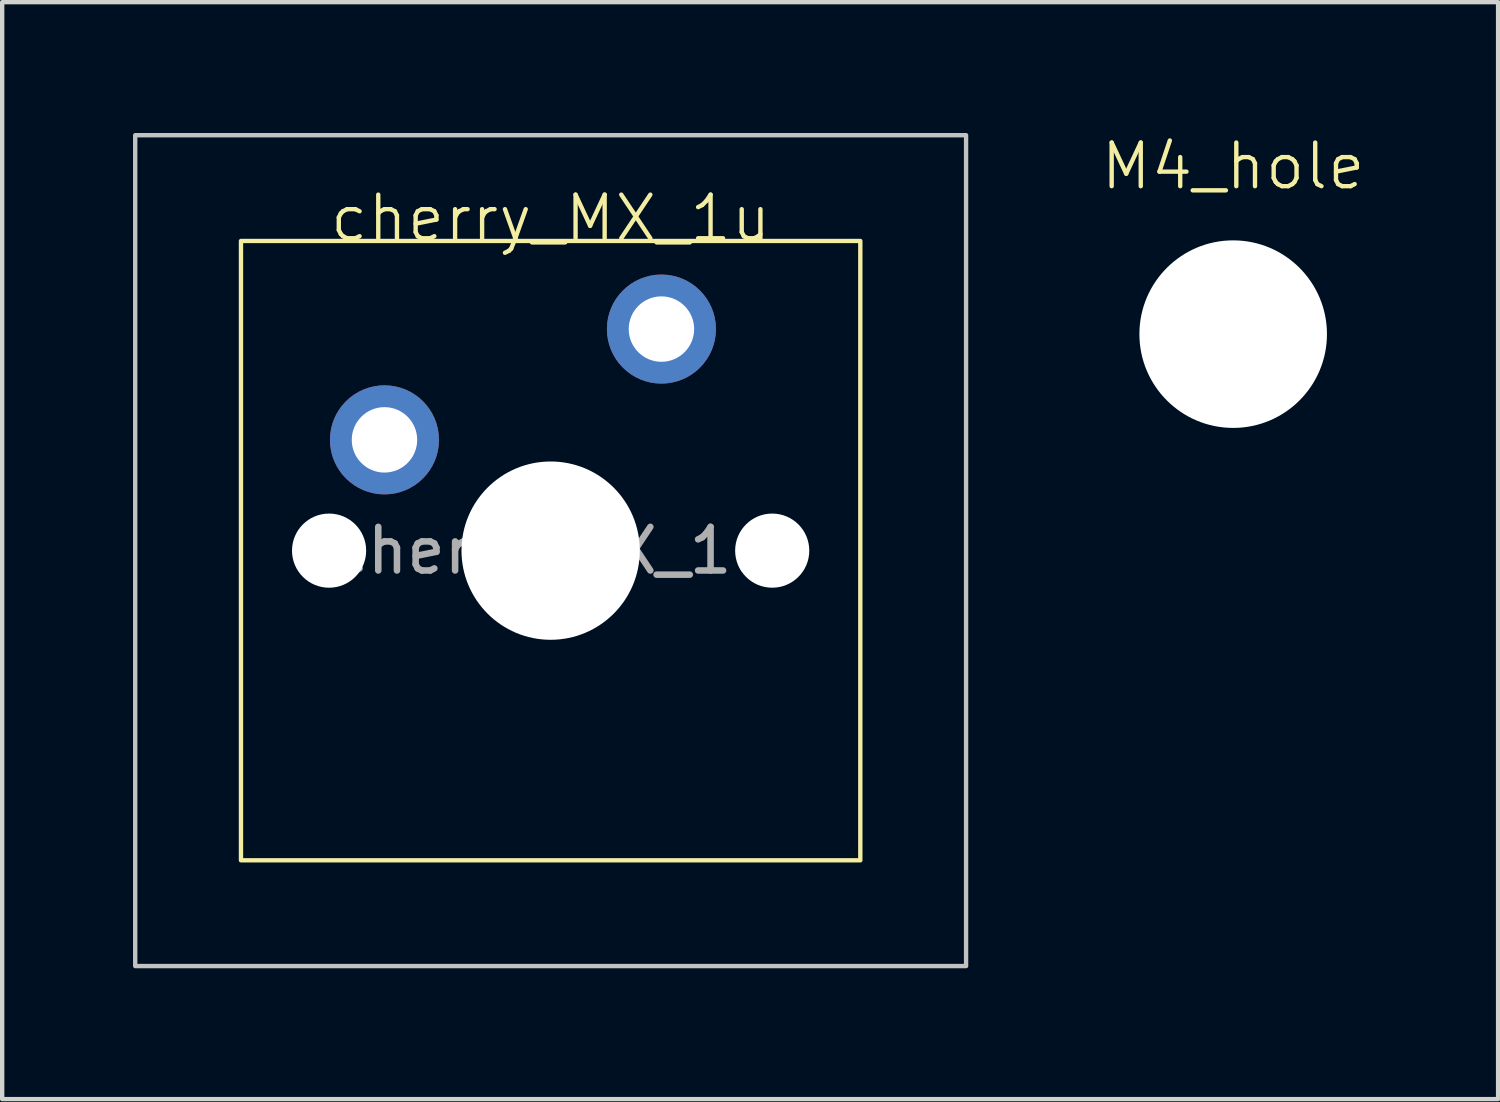
<source format=kicad_pcb>
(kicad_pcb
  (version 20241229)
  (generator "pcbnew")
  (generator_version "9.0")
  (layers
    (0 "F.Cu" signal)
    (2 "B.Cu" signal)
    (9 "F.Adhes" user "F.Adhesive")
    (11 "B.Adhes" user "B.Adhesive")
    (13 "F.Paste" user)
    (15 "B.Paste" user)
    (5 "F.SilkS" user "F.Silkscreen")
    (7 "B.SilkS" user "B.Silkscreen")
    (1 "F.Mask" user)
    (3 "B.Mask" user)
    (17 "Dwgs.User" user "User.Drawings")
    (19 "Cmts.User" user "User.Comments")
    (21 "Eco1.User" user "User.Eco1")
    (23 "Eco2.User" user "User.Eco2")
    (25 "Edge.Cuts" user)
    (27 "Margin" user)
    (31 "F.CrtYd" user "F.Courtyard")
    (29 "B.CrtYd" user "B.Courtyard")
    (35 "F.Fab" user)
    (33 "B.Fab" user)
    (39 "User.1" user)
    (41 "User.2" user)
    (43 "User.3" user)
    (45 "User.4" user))
  (footprint "cherry_MX_1u"
    (layer "F.Cu")
    (at 9.575 9.575)
    (property "Reference" "cherry_MX_1u" (at 0 -7.62 0) (unlocked yes) (layer "F.SilkS") (effects (font (size 1 1) (thickness 0.1))))
    (attr smd)
    (fp_rect (start -7.1 -7.1) (end 7.1 7.1) (stroke (width 0.1) (type default)) (fill no) (layer "F.SilkS"))
    (fp_rect (start -9.525 -9.525) (end 9.525 9.525) (stroke (width 0.1) (type default)) (fill no) (layer "Dwgs.User"))
    (fp_text user "${REFERENCE}" (at 0 0 0) (unlocked yes) (layer "F.Fab") (effects (font (size 1 1) (thickness 0.15))))
    (pad "" np_thru_hole circle (at -5.08 0) (size 1.7 1.7) (drill 1.7) (layers "*.Cu" "*.Mask"))
    (pad "" np_thru_hole circle (at 0 0) (size 4.088 4.088) (drill 4.088) (layers "*.Cu" "*.Mask"))
    (pad "" np_thru_hole circle (at 5.08 0) (size 1.7 1.7) (drill 1.7) (layers "*.Cu" "*.Mask"))
    (pad "1" thru_hole circle (at -3.81 -2.54) (size 2.5 2.5) (drill 1.5) (layers "*.Cu" "*.Mask"))
    (pad "2" thru_hole circle (at 2.54 -5.08) (size 2.5 2.5) (drill 1.5) (layers "*.Cu" "*.Mask")))
  (footprint "M4_hole"
    (layer "F.Cu")
    (at 25.224 4.611)
    (property "Reference" "M4_hole" (at 0 -3.85 0) (unlocked yes) (layer "F.SilkS") (effects (font (size 1 1) (thickness 0.1))))
    (attr through_hole)
    (pad "" np_thru_hole circle (at 0 0) (size 4.3 4.3) (drill 4.3) (layers "*.Cu" "*.Mask")))
  (gr_rect
    (start -3 -3)
    (end 31.298 22.15)
    (stroke (width 0.1) (type default))
    (fill no)
    (layer "Edge.Cuts")))
</source>
